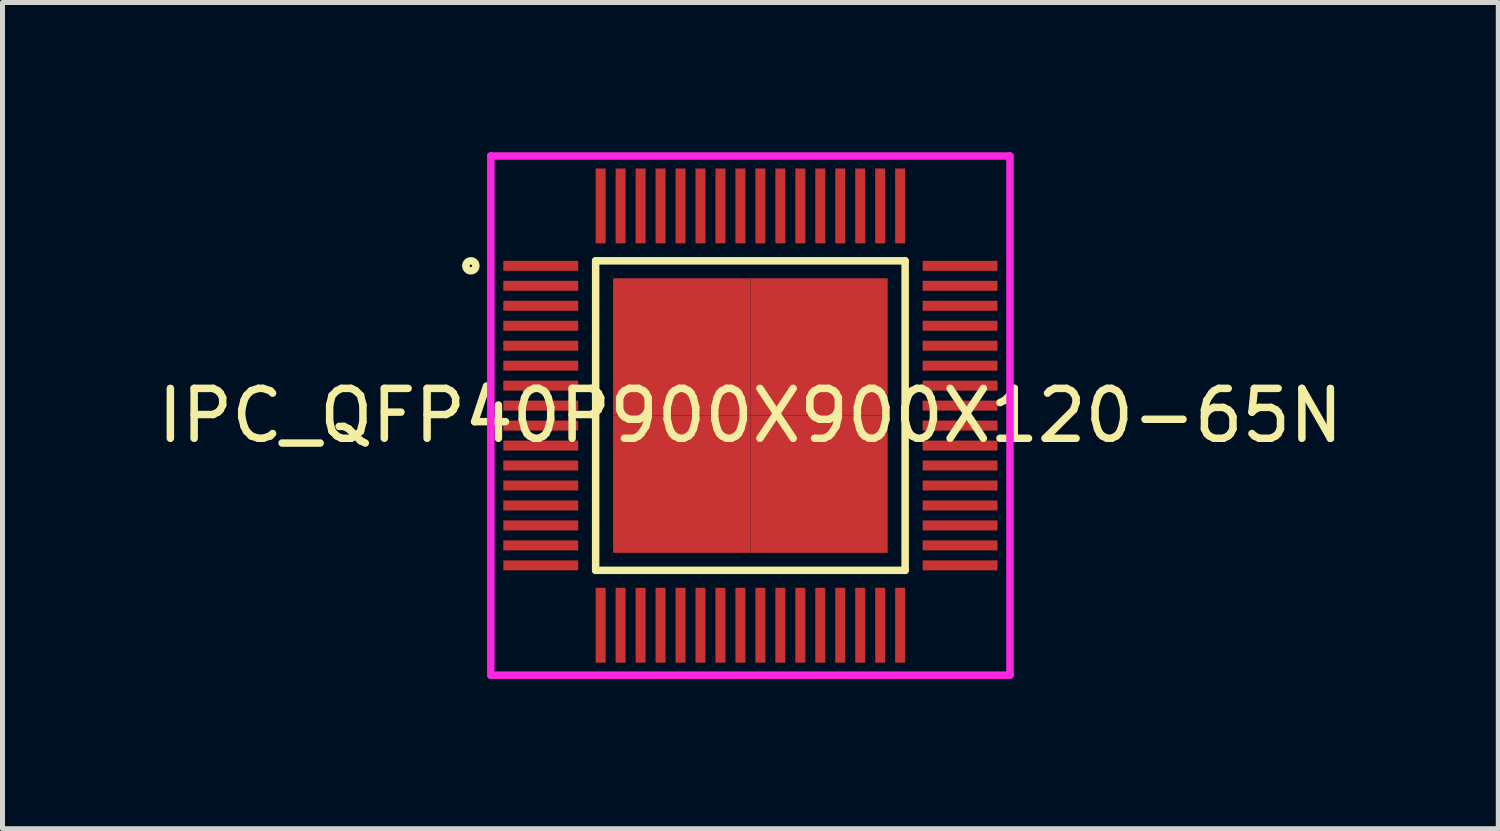
<source format=kicad_pcb>
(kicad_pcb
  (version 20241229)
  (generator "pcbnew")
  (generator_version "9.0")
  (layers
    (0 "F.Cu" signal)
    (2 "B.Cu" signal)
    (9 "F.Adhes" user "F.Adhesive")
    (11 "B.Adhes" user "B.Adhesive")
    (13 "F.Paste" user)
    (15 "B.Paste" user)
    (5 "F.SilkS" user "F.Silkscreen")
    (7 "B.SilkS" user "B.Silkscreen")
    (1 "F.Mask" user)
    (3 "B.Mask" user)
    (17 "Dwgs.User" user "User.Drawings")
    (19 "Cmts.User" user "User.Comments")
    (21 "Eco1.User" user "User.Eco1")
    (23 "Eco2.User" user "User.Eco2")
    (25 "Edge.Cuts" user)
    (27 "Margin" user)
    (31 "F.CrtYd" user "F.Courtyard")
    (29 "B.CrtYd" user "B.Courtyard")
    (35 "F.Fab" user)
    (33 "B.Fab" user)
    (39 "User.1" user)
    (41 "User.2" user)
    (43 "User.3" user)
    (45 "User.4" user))
  (footprint "IPC_QFP40P900X900X120-65N"
    (layer "F.Cu")
    (at 11.982 5.275)
    (property "Reference" "IPC_QFP40P900X900X120-65N" (at 0 0 0) (layer "F.SilkS") (effects (font (size 1 1) (thickness 0.15))))
    (attr through_hole)
    (fp_line (start -3.1 -3.1) (end -3.1 3.1) (stroke (width 0.15) (type solid)) (layer "F.SilkS"))
    (fp_line (start -3.1 3.1) (end 3.1 3.1) (stroke (width 0.15) (type solid)) (layer "F.SilkS"))
    (fp_line (start 3.1 -3.1) (end -3.1 -3.1) (stroke (width 0.15) (type solid)) (layer "F.SilkS"))
    (fp_line (start 3.1 3.1) (end 3.1 -3.1) (stroke (width 0.15) (type solid)) (layer "F.SilkS"))
    (fp_circle (center -5.6 -3) (end -5.5 -3) (stroke (width 0.15) (type solid)) (fill no) (layer "F.SilkS"))
    (fp_line (start -5.2 -5.2) (end -5.2 5.2) (stroke (width 0.15) (type solid)) (layer "F.CrtYd"))
    (fp_line (start -5.2 5.2) (end 5.2 5.2) (stroke (width 0.15) (type solid)) (layer "F.CrtYd"))
    (fp_line (start 5.2 -5.2) (end -5.2 -5.2) (stroke (width 0.15) (type solid)) (layer "F.CrtYd"))
    (fp_line (start 5.2 5.2) (end 5.2 -5.2) (stroke (width 0.15) (type solid)) (layer "F.CrtYd"))
    (pad "1" smd rect (at -4.2 -3) (size 1.5 0.2) (layers "F.Cu" "F.Mask" "F.Paste"))
    (pad "2" smd rect (at -4.2 -2.6) (size 1.5 0.2) (layers "F.Cu" "F.Mask" "F.Paste"))
    (pad "3" smd rect (at -4.2 -2.2) (size 1.5 0.2) (layers "F.Cu" "F.Mask" "F.Paste"))
    (pad "4" smd rect (at -4.2 -1.8) (size 1.5 0.2) (layers "F.Cu" "F.Mask" "F.Paste"))
    (pad "5" smd rect (at -4.2 -1.4) (size 1.5 0.2) (layers "F.Cu" "F.Mask" "F.Paste"))
    (pad "6" smd rect (at -4.2 -1) (size 1.5 0.2) (layers "F.Cu" "F.Mask" "F.Paste"))
    (pad "7" smd rect (at -4.2 -0.6) (size 1.5 0.2) (layers "F.Cu" "F.Mask" "F.Paste"))
    (pad "8" smd rect (at -4.2 -0.2) (size 1.5 0.2) (layers "F.Cu" "F.Mask" "F.Paste"))
    (pad "9" smd rect (at -4.2 0.2) (size 1.5 0.2) (layers "F.Cu" "F.Mask" "F.Paste"))
    (pad "10" smd rect (at -4.2 0.6) (size 1.5 0.2) (layers "F.Cu" "F.Mask" "F.Paste"))
    (pad "11" smd rect (at -4.2 1) (size 1.5 0.2) (layers "F.Cu" "F.Mask" "F.Paste"))
    (pad "12" smd rect (at -4.2 1.4) (size 1.5 0.2) (layers "F.Cu" "F.Mask" "F.Paste"))
    (pad "13" smd rect (at -4.2 1.8) (size 1.5 0.2) (layers "F.Cu" "F.Mask" "F.Paste"))
    (pad "14" smd rect (at -4.2 2.2) (size 1.5 0.2) (layers "F.Cu" "F.Mask" "F.Paste"))
    (pad "15" smd rect (at -4.2 2.6) (size 1.5 0.2) (layers "F.Cu" "F.Mask" "F.Paste"))
    (pad "16" smd rect (at -4.2 3) (size 1.5 0.2) (layers "F.Cu" "F.Mask" "F.Paste"))
    (pad "17" smd rect (at -3 4.2 90) (size 1.5 0.2) (layers "F.Cu" "F.Mask" "F.Paste"))
    (pad "18" smd rect (at -2.6 4.2 90) (size 1.5 0.2) (layers "F.Cu" "F.Mask" "F.Paste"))
    (pad "19" smd rect (at -2.2 4.2 90) (size 1.5 0.2) (layers "F.Cu" "F.Mask" "F.Paste"))
    (pad "20" smd rect (at -1.8 4.2 90) (size 1.5 0.2) (layers "F.Cu" "F.Mask" "F.Paste"))
    (pad "21" smd rect (at -1.4 4.2 90) (size 1.5 0.2) (layers "F.Cu" "F.Mask" "F.Paste"))
    (pad "22" smd rect (at -1 4.2 90) (size 1.5 0.2) (layers "F.Cu" "F.Mask" "F.Paste"))
    (pad "23" smd rect (at -0.6 4.2 90) (size 1.5 0.2) (layers "F.Cu" "F.Mask" "F.Paste"))
    (pad "24" smd rect (at -0.2 4.2 90) (size 1.5 0.2) (layers "F.Cu" "F.Mask" "F.Paste"))
    (pad "25" smd rect (at 0.2 4.2 90) (size 1.5 0.2) (layers "F.Cu" "F.Mask" "F.Paste"))
    (pad "26" smd rect (at 0.6 4.2 90) (size 1.5 0.2) (layers "F.Cu" "F.Mask" "F.Paste"))
    (pad "27" smd rect (at 1 4.2 90) (size 1.5 0.2) (layers "F.Cu" "F.Mask" "F.Paste"))
    (pad "28" smd rect (at 1.4 4.2 90) (size 1.5 0.2) (layers "F.Cu" "F.Mask" "F.Paste"))
    (pad "29" smd rect (at 1.8 4.2 90) (size 1.5 0.2) (layers "F.Cu" "F.Mask" "F.Paste"))
    (pad "30" smd rect (at 2.2 4.2 90) (size 1.5 0.2) (layers "F.Cu" "F.Mask" "F.Paste"))
    (pad "31" smd rect (at 2.6 4.2 90) (size 1.5 0.2) (layers "F.Cu" "F.Mask" "F.Paste"))
    (pad "32" smd rect (at 3 4.2 90) (size 1.5 0.2) (layers "F.Cu" "F.Mask" "F.Paste"))
    (pad "33" smd rect (at 4.2 3 180) (size 1.5 0.2) (layers "F.Cu" "F.Mask" "F.Paste"))
    (pad "34" smd rect (at 4.2 2.6 180) (size 1.5 0.2) (layers "F.Cu" "F.Mask" "F.Paste"))
    (pad "35" smd rect (at 4.2 2.2 180) (size 1.5 0.2) (layers "F.Cu" "F.Mask" "F.Paste"))
    (pad "36" smd rect (at 4.2 1.8 180) (size 1.5 0.2) (layers "F.Cu" "F.Mask" "F.Paste"))
    (pad "37" smd rect (at 4.2 1.4 180) (size 1.5 0.2) (layers "F.Cu" "F.Mask" "F.Paste"))
    (pad "38" smd rect (at 4.2 1 180) (size 1.5 0.2) (layers "F.Cu" "F.Mask" "F.Paste"))
    (pad "39" smd rect (at 4.2 0.6 180) (size 1.5 0.2) (layers "F.Cu" "F.Mask" "F.Paste"))
    (pad "40" smd rect (at 4.2 0.2 180) (size 1.5 0.2) (layers "F.Cu" "F.Mask" "F.Paste"))
    (pad "41" smd rect (at 4.2 -0.2 180) (size 1.5 0.2) (layers "F.Cu" "F.Mask" "F.Paste"))
    (pad "42" smd rect (at 4.2 -0.6 180) (size 1.5 0.2) (layers "F.Cu" "F.Mask" "F.Paste"))
    (pad "43" smd rect (at 4.2 -1 180) (size 1.5 0.2) (layers "F.Cu" "F.Mask" "F.Paste"))
    (pad "44" smd rect (at 4.2 -1.4 180) (size 1.5 0.2) (layers "F.Cu" "F.Mask" "F.Paste"))
    (pad "45" smd rect (at 4.2 -1.8 180) (size 1.5 0.2) (layers "F.Cu" "F.Mask" "F.Paste"))
    (pad "46" smd rect (at 4.2 -2.2 180) (size 1.5 0.2) (layers "F.Cu" "F.Mask" "F.Paste"))
    (pad "47" smd rect (at 4.2 -2.6 180) (size 1.5 0.2) (layers "F.Cu" "F.Mask" "F.Paste"))
    (pad "48" smd rect (at 4.2 -3 180) (size 1.5 0.2) (layers "F.Cu" "F.Mask" "F.Paste"))
    (pad "49" smd rect (at 3 -4.2 270) (size 1.5 0.2) (layers "F.Cu" "F.Mask" "F.Paste"))
    (pad "50" smd rect (at 2.6 -4.2 270) (size 1.5 0.2) (layers "F.Cu" "F.Mask" "F.Paste"))
    (pad "51" smd rect (at 2.2 -4.2 270) (size 1.5 0.2) (layers "F.Cu" "F.Mask" "F.Paste"))
    (pad "52" smd rect (at 1.8 -4.2 270) (size 1.5 0.2) (layers "F.Cu" "F.Mask" "F.Paste"))
    (pad "53" smd rect (at 1.4 -4.2 270) (size 1.5 0.2) (layers "F.Cu" "F.Mask" "F.Paste"))
    (pad "54" smd rect (at 1 -4.2 270) (size 1.5 0.2) (layers "F.Cu" "F.Mask" "F.Paste"))
    (pad "55" smd rect (at 0.6 -4.2 270) (size 1.5 0.2) (layers "F.Cu" "F.Mask" "F.Paste"))
    (pad "56" smd rect (at 0.2 -4.2 270) (size 1.5 0.2) (layers "F.Cu" "F.Mask" "F.Paste"))
    (pad "57" smd rect (at -0.2 -4.2 270) (size 1.5 0.2) (layers "F.Cu" "F.Mask" "F.Paste"))
    (pad "58" smd rect (at -0.6 -4.2 270) (size 1.5 0.2) (layers "F.Cu" "F.Mask" "F.Paste"))
    (pad "59" smd rect (at -1 -4.2 270) (size 1.5 0.2) (layers "F.Cu" "F.Mask" "F.Paste"))
    (pad "60" smd rect (at -1.4 -4.2 270) (size 1.5 0.2) (layers "F.Cu" "F.Mask" "F.Paste"))
    (pad "61" smd rect (at -1.8 -4.2 270) (size 1.5 0.2) (layers "F.Cu" "F.Mask" "F.Paste"))
    (pad "62" smd rect (at -2.2 -4.2 270) (size 1.5 0.2) (layers "F.Cu" "F.Mask" "F.Paste"))
    (pad "63" smd rect (at -2.6 -4.2 270) (size 1.5 0.2) (layers "F.Cu" "F.Mask" "F.Paste"))
    (pad "64" smd rect (at -3 -4.2 270) (size 1.5 0.2) (layers "F.Cu" "F.Mask" "F.Paste"))
    (pad "65" smd rect (at -1.375 -1.375) (size 2.75 2.75) (layers "F.Cu" "F.Mask" "F.Paste"))
    (pad "65" smd rect (at -1.375 1.375) (size 2.75 2.75) (layers "F.Cu" "F.Mask" "F.Paste"))
    (pad "65" smd rect (at 1.375 -1.375) (size 2.75 2.75) (layers "F.Cu" "F.Mask" "F.Paste"))
    (pad "65" smd rect (at 1.375 1.375) (size 2.75 2.75) (layers "F.Cu" "F.Mask" "F.Paste")))
  (gr_rect
    (start -3 -3)
    (end 26.964 13.55)
    (stroke (width 0.1) (type default))
    (fill no)
    (layer "Edge.Cuts")))
</source>
